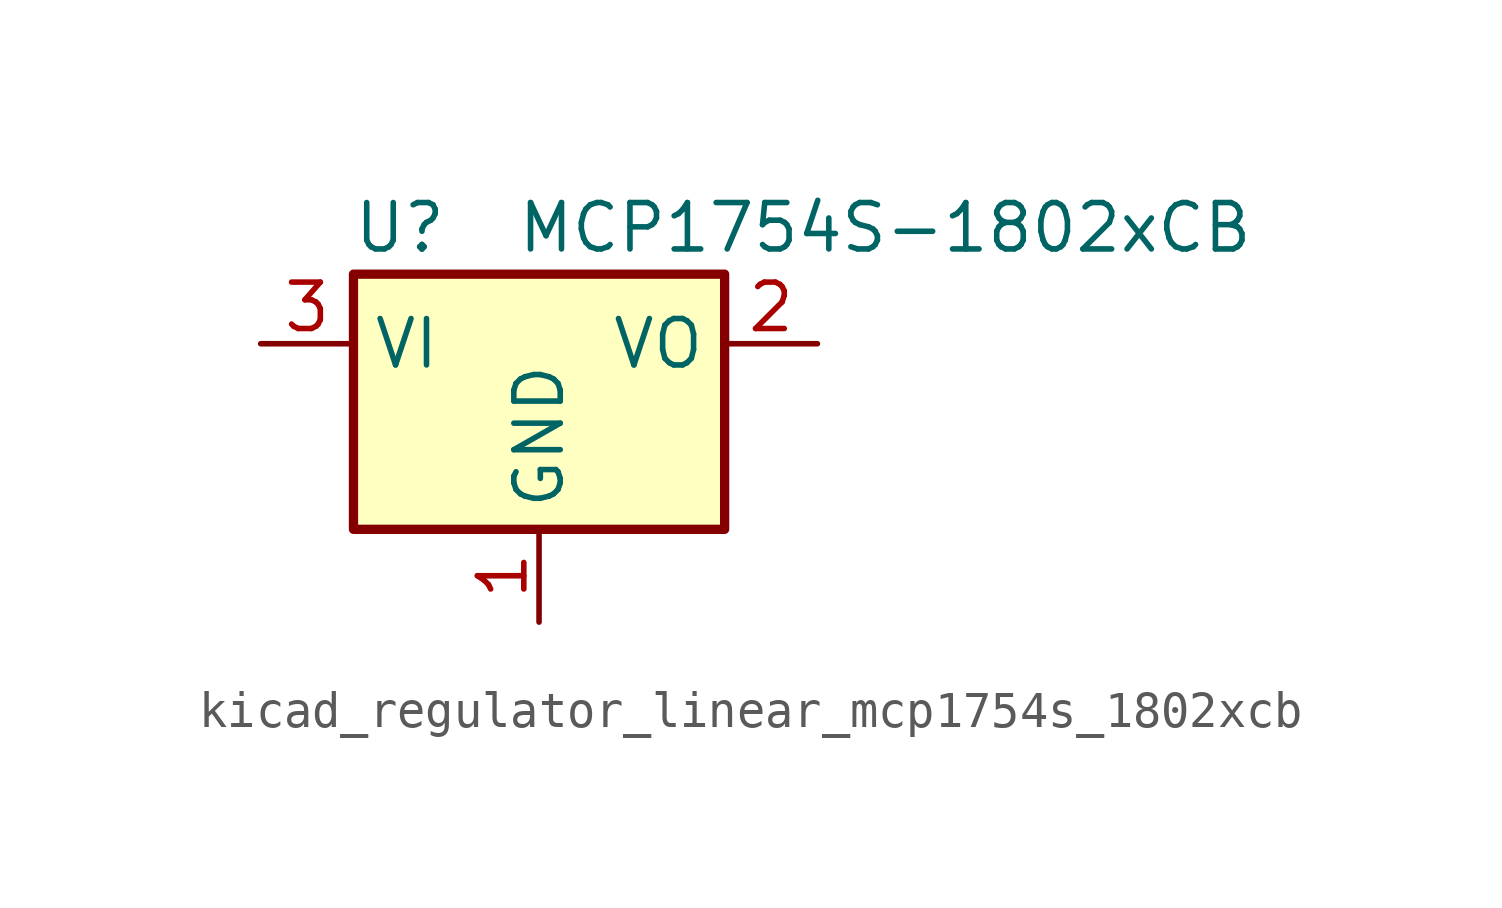
<source format=kicad_sym>
(kicad_symbol_lib
  (version 20220914)
  (generator kicad_symbol_editor)
  (symbol "kicad_regulator_linear_mcp1754s_1802xcb"
    (property "Reference" "U"
      (at -3.81 3.175 0)
      (effects (font (size 1.27 1.27))))
    (property "Value" "MCP1754S-1802xCB"
      (at -0.635 3.175 0)
      (effects (font (size 1.27 1.27)) (justify left)))
    (symbol "kicad_regulator_linear_mcp1754s_1802xcb_0_1"
      (rectangle (start -5.08 -5.08) (end 5.08 1.905) (stroke (width 0.254) (type default)) (fill (type background))))
    (symbol "kicad_regulator_linear_mcp1754s_1802xcb_1_1"
      (pin power_in line (at 0 -7.62 90) (length 2.54) (name "GND" (effects (font (size 1.27 1.27)))) (number "1" (effects (font (size 1.27 1.27)))))
      (pin power_out line (at 7.62 0 180) (length 2.54) (name "VO" (effects (font (size 1.27 1.27)))) (number "2" (effects (font (size 1.27 1.27)))))
      (pin power_in line (at -7.62 0 0) (length 2.54) (name "VI" (effects (font (size 1.27 1.27)))) (number "3" (effects (font (size 1.27 1.27))))))))
</source>
